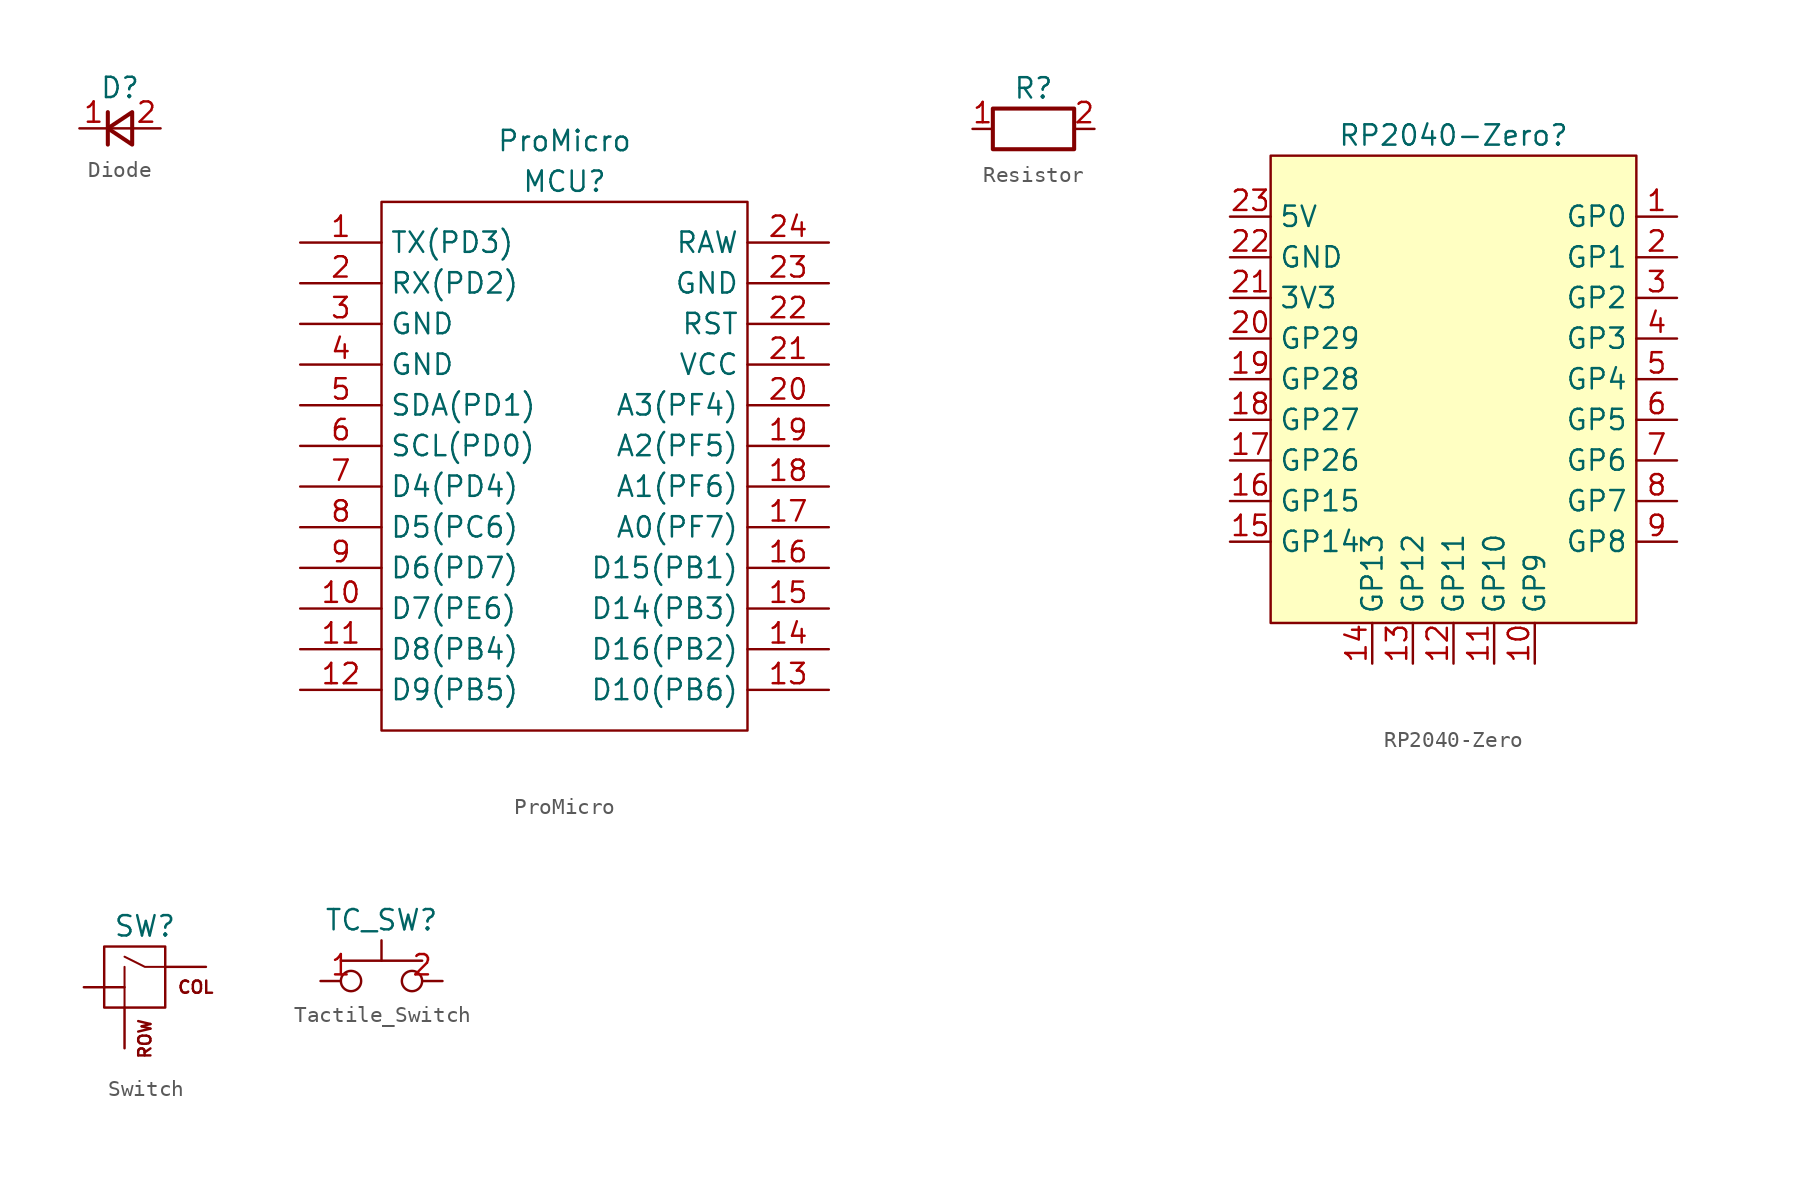
<source format=kicad_sym>
(kicad_symbol_lib
  (version 20220914)
  (generator kicad_symbol_editor)
  (symbol "Diode"
    (property "Reference" "D"
      (at 0 2.54 0)
      (effects (font (size 1.27 1.27))))
    (symbol "Diode_0_1"
      (polyline (pts (xy -0.762 -1.016) (xy -0.762 1.016)) (stroke (width 0.254) (type default)) (fill (type none)))
      (polyline (pts (xy -0.762 0) (xy 0.762 0)) (stroke (width 0) (type default)) (fill (type none)))
      (polyline (pts (xy 0.762 -1.016) (xy -0.762 0) (xy 0.762 1.016) (xy 0.762 -1.016)) (stroke (width 0.254) (type default)) (fill (type none))))
    (symbol "Diode_1_1"
      (pin passive line (at -2.54 0 0) (length 1.778) (name "" (effects (font (size 1.27 1.27)))) (number "1" (effects (font (size 1.27 1.27)))))
      (pin passive line (at 2.54 0 180) (length 1.778) (name "" (effects (font (size 1.27 1.27)))) (number "2" (effects (font (size 1.27 1.27)))))))
  (symbol "ProMicro"
    (property "Reference" "MCU"
      (at 0 17.78 0)
      (effects (font (size 1.27 1.27))))
    (property "Value" "ProMicro"
      (at 0 20.32 0)
      (effects (font (size 1.27 1.27))))
    (symbol "ProMicro_0_1"
      (rectangle (start -11.43 16.51) (end 11.43 -16.51) (stroke (width 0) (type default)) (fill (type none))))
    (symbol "ProMicro_1_1"
      (pin input line (at -16.51 13.97 0) (length 5.08) (name "TX(PD3)" (effects (font (size 1.27 1.27)))) (number "1" (effects (font (size 1.27 1.27)))))
      (pin input line (at -16.51 -8.89 0) (length 5.08) (name "D7(PE6)" (effects (font (size 1.27 1.27)))) (number "10" (effects (font (size 1.27 1.27)))))
      (pin input line (at -16.51 -11.43 0) (length 5.08) (name "D8(PB4)" (effects (font (size 1.27 1.27)))) (number "11" (effects (font (size 1.27 1.27)))))
      (pin input line (at -16.51 -13.97 0) (length 5.08) (name "D9(PB5)" (effects (font (size 1.27 1.27)))) (number "12" (effects (font (size 1.27 1.27)))))
      (pin input line (at 16.51 -13.97 180) (length 5.08) (name "D10(PB6)" (effects (font (size 1.27 1.27)))) (number "13" (effects (font (size 1.27 1.27)))))
      (pin input line (at 16.51 -11.43 180) (length 5.08) (name "D16(PB2)" (effects (font (size 1.27 1.27)))) (number "14" (effects (font (size 1.27 1.27)))))
      (pin input line (at 16.51 -8.89 180) (length 5.08) (name "D14(PB3)" (effects (font (size 1.27 1.27)))) (number "15" (effects (font (size 1.27 1.27)))))
      (pin input line (at 16.51 -6.35 180) (length 5.08) (name "D15(PB1)" (effects (font (size 1.27 1.27)))) (number "16" (effects (font (size 1.27 1.27)))))
      (pin input line (at 16.51 -3.81 180) (length 5.08) (name "A0(PF7)" (effects (font (size 1.27 1.27)))) (number "17" (effects (font (size 1.27 1.27)))))
      (pin input line (at 16.51 -1.27 180) (length 5.08) (name "A1(PF6)" (effects (font (size 1.27 1.27)))) (number "18" (effects (font (size 1.27 1.27)))))
      (pin input line (at 16.51 1.27 180) (length 5.08) (name "A2(PF5)" (effects (font (size 1.27 1.27)))) (number "19" (effects (font (size 1.27 1.27)))))
      (pin input line (at -16.51 11.43 0) (length 5.08) (name "RX(PD2)" (effects (font (size 1.27 1.27)))) (number "2" (effects (font (size 1.27 1.27)))))
      (pin input line (at 16.51 3.81 180) (length 5.08) (name "A3(PF4)" (effects (font (size 1.27 1.27)))) (number "20" (effects (font (size 1.27 1.27)))))
      (pin input line (at 16.51 6.35 180) (length 5.08) (name "VCC" (effects (font (size 1.27 1.27)))) (number "21" (effects (font (size 1.27 1.27)))))
      (pin input line (at 16.51 8.89 180) (length 5.08) (name "RST" (effects (font (size 1.27 1.27)))) (number "22" (effects (font (size 1.27 1.27)))))
      (pin input line (at 16.51 11.43 180) (length 5.08) (name "GND" (effects (font (size 1.27 1.27)))) (number "23" (effects (font (size 1.27 1.27)))))
      (pin input line (at 16.51 13.97 180) (length 5.08) (name "RAW" (effects (font (size 1.27 1.27)))) (number "24" (effects (font (size 1.27 1.27)))))
      (pin input line (at -16.51 8.89 0) (length 5.08) (name "GND" (effects (font (size 1.27 1.27)))) (number "3" (effects (font (size 1.27 1.27)))))
      (pin input line (at -16.51 6.35 0) (length 5.08) (name "GND" (effects (font (size 1.27 1.27)))) (number "4" (effects (font (size 1.27 1.27)))))
      (pin input line (at -16.51 3.81 0) (length 5.08) (name "SDA(PD1)" (effects (font (size 1.27 1.27)))) (number "5" (effects (font (size 1.27 1.27)))))
      (pin input line (at -16.51 1.27 0) (length 5.08) (name "SCL(PD0)" (effects (font (size 1.27 1.27)))) (number "6" (effects (font (size 1.27 1.27)))))
      (pin input line (at -16.51 -1.27 0) (length 5.08) (name "D4(PD4)" (effects (font (size 1.27 1.27)))) (number "7" (effects (font (size 1.27 1.27)))))
      (pin input line (at -16.51 -3.81 0) (length 5.08) (name "D5(PC6)" (effects (font (size 1.27 1.27)))) (number "8" (effects (font (size 1.27 1.27)))))
      (pin input line (at -16.51 -6.35 0) (length 5.08) (name "D6(PD7)" (effects (font (size 1.27 1.27)))) (number "9" (effects (font (size 1.27 1.27)))))))
  (symbol "Resistor"
    (property "Reference" "R"
      (at 0 2.54 0)
      (effects (font (size 1.27 1.27))))
    (symbol "Resistor_0_1"
      (rectangle (start -2.54 1.27) (end 2.54 -1.27) (stroke (width 0.254) (type default)) (fill (type none))))
    (symbol "Resistor_1_1"
      (pin passive line (at -3.81 0 0) (length 1.27) (name "~" (effects (font (size 1.27 1.27)))) (number "1" (effects (font (size 1.27 1.27)))))
      (pin passive line (at 3.81 0 180) (length 1.27) (name "~" (effects (font (size 1.27 1.27)))) (number "2" (effects (font (size 1.27 1.27)))))))
  (symbol "RP2040-Zero"
    (property "Reference" "RP2040-Zero"
      (at 0 15.24 0)
      (effects (font (size 1.27 1.27))))
    (property "Value" ""
      (at -1.27 -1.27 0)
      (effects (font (size 1.27 1.27))))
    (symbol "RP2040-Zero_0_1"
      (rectangle (start -11.43 13.97) (end 11.43 -15.24) (stroke (width 0) (type default)) (fill (type background))))
    (symbol "RP2040-Zero_1_1"
      (pin bidirectional line (at 13.97 10.16 180) (length 2.54) (name "GP0" (effects (font (size 1.27 1.27)))) (number "1" (effects (font (size 1.27 1.27)))))
      (pin bidirectional line (at 5.08 -17.78 90) (length 2.54) (name "GP9" (effects (font (size 1.27 1.27)))) (number "10" (effects (font (size 1.27 1.27)))))
      (pin bidirectional line (at 2.54 -17.78 90) (length 2.54) (name "GP10" (effects (font (size 1.27 1.27)))) (number "11" (effects (font (size 1.27 1.27)))))
      (pin bidirectional line (at 0 -17.78 90) (length 2.54) (name "GP11" (effects (font (size 1.27 1.27)))) (number "12" (effects (font (size 1.27 1.27)))))
      (pin bidirectional line (at -2.54 -17.78 90) (length 2.54) (name "GP12" (effects (font (size 1.27 1.27)))) (number "13" (effects (font (size 1.27 1.27)))))
      (pin bidirectional line (at -5.08 -17.78 90) (length 2.54) (name "GP13" (effects (font (size 1.27 1.27)))) (number "14" (effects (font (size 1.27 1.27)))))
      (pin bidirectional line (at -13.97 -10.16 0) (length 2.54) (name "GP14" (effects (font (size 1.27 1.27)))) (number "15" (effects (font (size 1.27 1.27)))))
      (pin bidirectional line (at -13.97 -7.62 0) (length 2.54) (name "GP15" (effects (font (size 1.27 1.27)))) (number "16" (effects (font (size 1.27 1.27)))))
      (pin bidirectional line (at -13.97 -5.08 0) (length 2.54) (name "GP26" (effects (font (size 1.27 1.27)))) (number "17" (effects (font (size 1.27 1.27)))))
      (pin bidirectional line (at -13.97 -2.54 0) (length 2.54) (name "GP27" (effects (font (size 1.27 1.27)))) (number "18" (effects (font (size 1.27 1.27)))))
      (pin bidirectional line (at -13.97 0 0) (length 2.54) (name "GP28" (effects (font (size 1.27 1.27)))) (number "19" (effects (font (size 1.27 1.27)))))
      (pin bidirectional line (at 13.97 7.62 180) (length 2.54) (name "GP1" (effects (font (size 1.27 1.27)))) (number "2" (effects (font (size 1.27 1.27)))))
      (pin bidirectional line (at -13.97 2.54 0) (length 2.54) (name "GP29" (effects (font (size 1.27 1.27)))) (number "20" (effects (font (size 1.27 1.27)))))
      (pin power_in line (at -13.97 5.08 0) (length 2.54) (name "3V3" (effects (font (size 1.27 1.27)))) (number "21" (effects (font (size 1.27 1.27)))))
      (pin power_in line (at -13.97 7.62 0) (length 2.54) (name "GND" (effects (font (size 1.27 1.27)))) (number "22" (effects (font (size 1.27 1.27)))))
      (pin power_in line (at -13.97 10.16 0) (length 2.54) (name "5V" (effects (font (size 1.27 1.27)))) (number "23" (effects (font (size 1.27 1.27)))))
      (pin bidirectional line (at 13.97 5.08 180) (length 2.54) (name "GP2" (effects (font (size 1.27 1.27)))) (number "3" (effects (font (size 1.27 1.27)))))
      (pin bidirectional line (at 13.97 2.54 180) (length 2.54) (name "GP3" (effects (font (size 1.27 1.27)))) (number "4" (effects (font (size 1.27 1.27)))))
      (pin bidirectional line (at 13.97 0 180) (length 2.54) (name "GP4" (effects (font (size 1.27 1.27)))) (number "5" (effects (font (size 1.27 1.27)))))
      (pin bidirectional line (at 13.97 -2.54 180) (length 2.54) (name "GP5" (effects (font (size 1.27 1.27)))) (number "6" (effects (font (size 1.27 1.27)))))
      (pin bidirectional line (at 13.97 -5.08 180) (length 2.54) (name "GP6" (effects (font (size 1.27 1.27)))) (number "7" (effects (font (size 1.27 1.27)))))
      (pin bidirectional line (at 13.97 -7.62 180) (length 2.54) (name "GP7" (effects (font (size 1.27 1.27)))) (number "8" (effects (font (size 1.27 1.27)))))
      (pin bidirectional line (at 13.97 -10.16 180) (length 2.54) (name "GP8" (effects (font (size 1.27 1.27)))) (number "9" (effects (font (size 1.27 1.27)))))))
  (symbol "Switch"
    (property "Reference" "SW"
      (at 0 3.81 0)
      (effects (font (size 1.27 1.27))))
    (symbol "Switch_0_0"
      (rectangle (start -2.54 2.54) (end 1.27 -1.27) (stroke (width 0) (type default)) (fill (type none)))
      (polyline (pts (xy -1.27 -1.27) (xy -1.27 1.27)) (stroke (width 0.127) (type default)) (fill (type none)))
      (polyline (pts (xy 1.27 1.27) (xy 0 1.27) (xy -1.27 1.905)) (stroke (width 0.127) (type default)) (fill (type none)))
      (text "COL" (at 3.175 0 0) (effects (font (size 0.762 0.762))))
      (text "ROW" (at 0 -1.905 900) (effects (font (size 0.762 0.762)) (justify right))))
    (symbol "Switch_1_1"
      (pin passive line (at 3.81 1.27 180) (length 2.54) (name "COL" (effects (font (size 0 0)))) (number "1" (effects (font (size 0 0)))))
      (pin passive line (at -1.27 -3.81 90) (length 2.54) (name "ROW" (effects (font (size 0 0)))) (number "2" (effects (font (size 0 0)))))
      (pin passive line (at -3.81 0 0) (length 2.54) (name "" (effects (font (size 0 0)))) (number "3" (effects (font (size 0 0)))))))
  (symbol "Tactile_Switch"
    (pin_names hide)
    (property "Reference" "TC_SW"
      (at 0 2.54 0)
      (effects (font (size 1.27 1.27))))
    (symbol "Tactile_Switch_0_1"
      (polyline (pts (xy -2.54 0) (xy 2.54 0)) (stroke (width 0) (type default)) (fill (type none)))
      (polyline (pts (xy 0 1.27) (xy 0 0)) (stroke (width 0) (type default)) (fill (type none)))
      (pin passive inverted (at -3.81 -1.27 0) (length 2.54) (name "RST" (effects (font (size 1.27 1.27)))) (number "1" (effects (font (size 1.27 1.27)))))
      (pin passive inverted (at 3.81 -1.27 180) (length 2.54) (name "GND" (effects (font (size 1.27 1.27)))) (number "2" (effects (font (size 1.27 1.27))))))))
</source>
